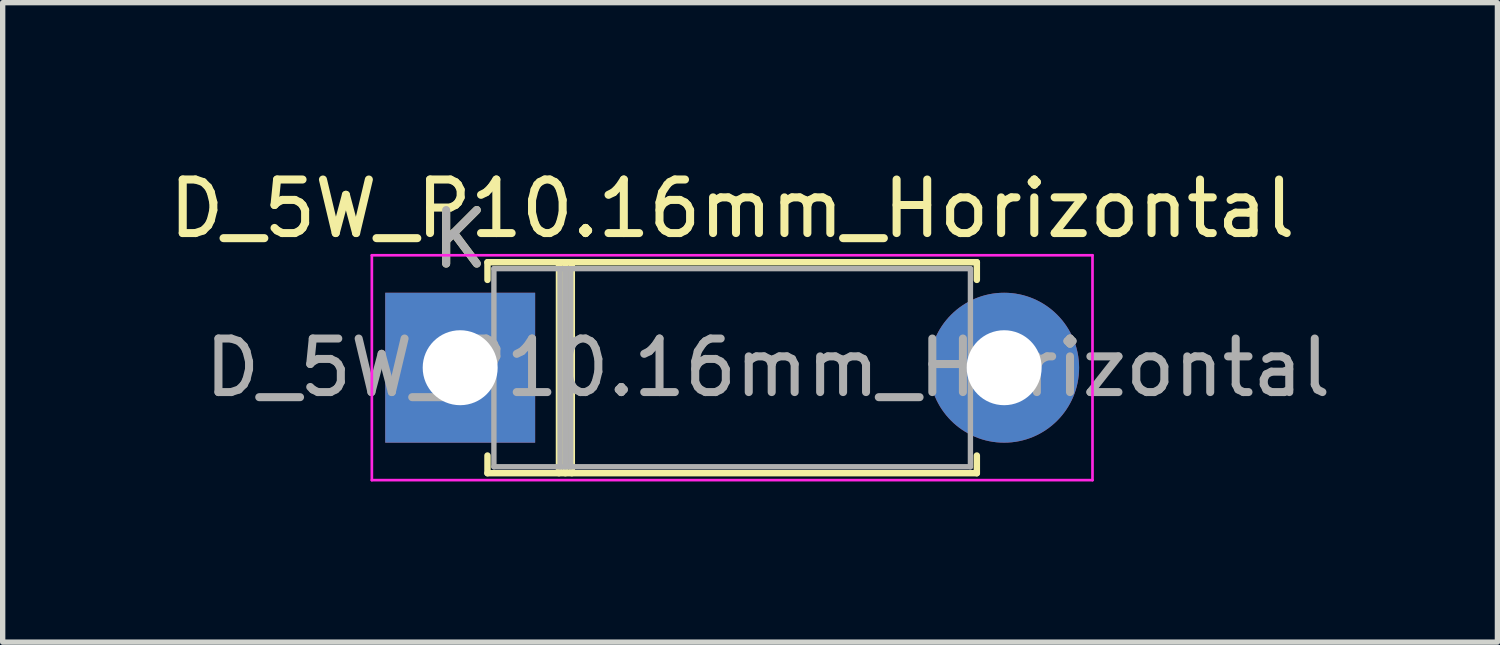
<source format=kicad_pcb>
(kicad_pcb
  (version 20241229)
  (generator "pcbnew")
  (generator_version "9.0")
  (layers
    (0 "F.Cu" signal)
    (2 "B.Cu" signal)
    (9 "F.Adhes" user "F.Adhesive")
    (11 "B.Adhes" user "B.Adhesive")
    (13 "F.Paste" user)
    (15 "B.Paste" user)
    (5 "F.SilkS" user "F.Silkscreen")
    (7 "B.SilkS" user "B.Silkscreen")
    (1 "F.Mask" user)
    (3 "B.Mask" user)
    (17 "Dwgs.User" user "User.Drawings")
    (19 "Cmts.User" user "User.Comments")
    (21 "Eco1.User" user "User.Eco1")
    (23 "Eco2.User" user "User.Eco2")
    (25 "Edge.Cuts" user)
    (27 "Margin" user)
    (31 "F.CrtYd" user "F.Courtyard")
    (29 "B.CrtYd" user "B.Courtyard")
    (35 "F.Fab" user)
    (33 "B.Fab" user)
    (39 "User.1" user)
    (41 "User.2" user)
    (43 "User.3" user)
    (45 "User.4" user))
  (footprint "D_5W_P10.16mm_Horizontal"
    (layer "F.Cu")
    (at 5.545 3.818)
    (property "Reference" "D_5W_P10.16mm_Horizontal" (at 5.08 -2.97 0) (layer "F.SilkS") (effects (font (size 1 1) (thickness 0.15))))
    (attr through_hole)
    (fp_line (start 0.51 -1.97) (end 9.65 -1.97) (stroke (width 0.12) (type solid)) (layer "F.SilkS"))
    (fp_line (start 0.51 -1.64) (end 0.51 -1.97) (stroke (width 0.12) (type solid)) (layer "F.SilkS"))
    (fp_line (start 0.51 1.64) (end 0.51 1.97) (stroke (width 0.12) (type solid)) (layer "F.SilkS"))
    (fp_line (start 0.51 1.97) (end 9.65 1.97) (stroke (width 0.12) (type solid)) (layer "F.SilkS"))
    (fp_line (start 1.845 -1.97) (end 1.845 1.97) (stroke (width 0.12) (type solid)) (layer "F.SilkS"))
    (fp_line (start 1.965 -1.97) (end 1.965 1.97) (stroke (width 0.12) (type solid)) (layer "F.SilkS"))
    (fp_line (start 2.085 -1.97) (end 2.085 1.97) (stroke (width 0.12) (type solid)) (layer "F.SilkS"))
    (fp_line (start 9.65 -1.97) (end 9.65 -1.64) (stroke (width 0.12) (type solid)) (layer "F.SilkS"))
    (fp_line (start 9.65 1.97) (end 9.65 1.64) (stroke (width 0.12) (type solid)) (layer "F.SilkS"))
    (fp_line (start -1.65 -2.1) (end -1.65 2.1) (stroke (width 0.05) (type solid)) (layer "F.CrtYd"))
    (fp_line (start -1.65 2.1) (end 11.81 2.1) (stroke (width 0.05) (type solid)) (layer "F.CrtYd"))
    (fp_line (start 11.81 -2.1) (end -1.65 -2.1) (stroke (width 0.05) (type solid)) (layer "F.CrtYd"))
    (fp_line (start 11.81 2.1) (end 11.81 -2.1) (stroke (width 0.05) (type solid)) (layer "F.CrtYd"))
    (fp_line (start 0 0) (end 0.63 0) (stroke (width 0.1) (type solid)) (layer "F.Fab"))
    (fp_line (start 0.63 -1.85) (end 0.63 1.85) (stroke (width 0.1) (type solid)) (layer "F.Fab"))
    (fp_line (start 0.63 1.85) (end 9.53 1.85) (stroke (width 0.1) (type solid)) (layer "F.Fab"))
    (fp_line (start 1.865 -1.85) (end 1.865 1.85) (stroke (width 0.1) (type solid)) (layer "F.Fab"))
    (fp_line (start 1.965 -1.85) (end 1.965 1.85) (stroke (width 0.1) (type solid)) (layer "F.Fab"))
    (fp_line (start 2.065 -1.85) (end 2.065 1.85) (stroke (width 0.1) (type solid)) (layer "F.Fab"))
    (fp_line (start 9.53 -1.85) (end 0.63 -1.85) (stroke (width 0.1) (type solid)) (layer "F.Fab"))
    (fp_line (start 9.53 1.85) (end 9.53 -1.85) (stroke (width 0.1) (type solid)) (layer "F.Fab"))
    (fp_line (start 10.16 0) (end 9.53 0) (stroke (width 0.1) (type solid)) (layer "F.Fab"))
    (fp_text user "K" (at 0 -2.4 0) (layer "F.SilkS") (effects (font (size 1 1) (thickness 0.15))))
    (fp_text user "K" (at 0 -2.4 0) (layer "F.Fab") (effects (font (size 1 1) (thickness 0.15))))
    (fp_text user "${REFERENCE}" (at 5.747 0 0) (layer "F.Fab") (effects (font (size 1 1) (thickness 0.15))))
    (pad "1" thru_hole rect (at 0 0) (size 2.8 2.8) (drill 1.4) (layers "*.Cu" "*.Mask"))
    (pad "2" thru_hole oval (at 10.16 0) (size 2.8 2.8) (drill 1.4) (layers "*.Cu" "*.Mask")))
  (gr_rect
    (start -3 -3)
    (end 24.918 8.943)
    (stroke (width 0.1) (type default))
    (fill no)
    (layer "Edge.Cuts")))
</source>
